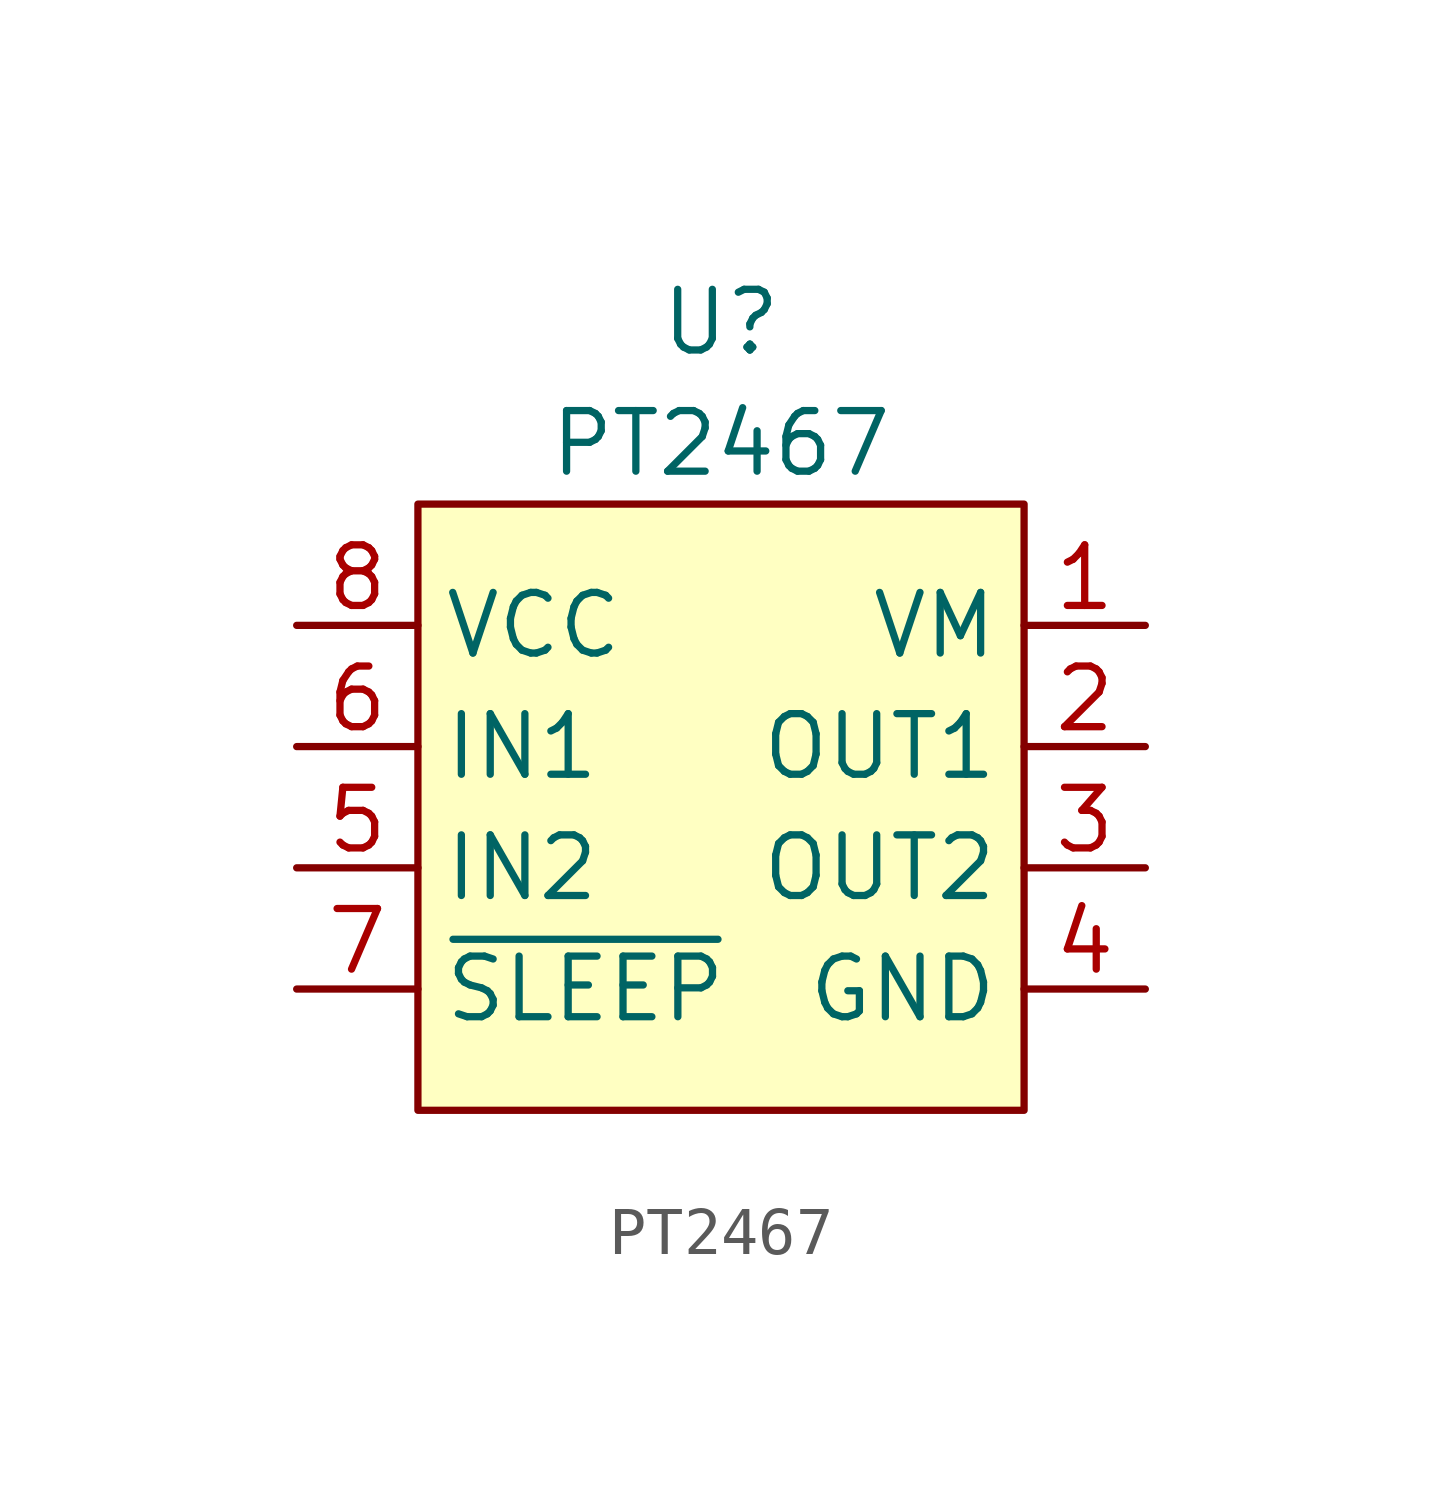
<source format=kicad_sym>
(kicad_symbol_lib
  (version 20231120)
  (generator "kicad_symbol_editor")
  (generator_version "8.0")
  (symbol "PT2467"
    (property "Reference" "U"
      (at 0 10.16 0)
      (effects (font (size 1.27 1.27))))
    (property "Value" "PT2467"
      (at 0 7.62 0)
      (effects (font (size 1.27 1.27))))
    (symbol "PT2467_0_0"
      (pin power_in line (at 8.89 3.81 180) (length 2.54) (name "VM" (effects (font (size 1.27 1.27)))) (number "1" (effects (font (size 1.27 1.27)))))
      (pin output line (at 8.89 1.27 180) (length 2.54) (name "OUT1" (effects (font (size 1.27 1.27)))) (number "2" (effects (font (size 1.27 1.27)))))
      (pin output line (at 8.89 -1.27 180) (length 2.54) (name "OUT2" (effects (font (size 1.27 1.27)))) (number "3" (effects (font (size 1.27 1.27)))))
      (pin power_in line (at 8.89 -3.81 180) (length 2.54) (name "GND" (effects (font (size 1.27 1.27)))) (number "4" (effects (font (size 1.27 1.27)))))
      (pin input line (at -8.89 -1.27 0) (length 2.54) (name "IN2" (effects (font (size 1.27 1.27)))) (number "5" (effects (font (size 1.27 1.27)))))
      (pin input line (at -8.89 1.27 0) (length 2.54) (name "IN1" (effects (font (size 1.27 1.27)))) (number "6" (effects (font (size 1.27 1.27)))))
      (pin input line (at -8.89 -3.81 0) (length 2.54) (name "~{SLEEP}" (effects (font (size 1.27 1.27)))) (number "7" (effects (font (size 1.27 1.27)))))
      (pin power_in line (at -8.89 3.81 0) (length 2.54) (name "VCC" (effects (font (size 1.27 1.27)))) (number "8" (effects (font (size 1.27 1.27))))))
    (symbol "PT2467_1_1"
      (rectangle (start -6.35 6.35) (end 6.35 -6.35) (stroke (width 0) (type default)) (fill (type background))))))
</source>
